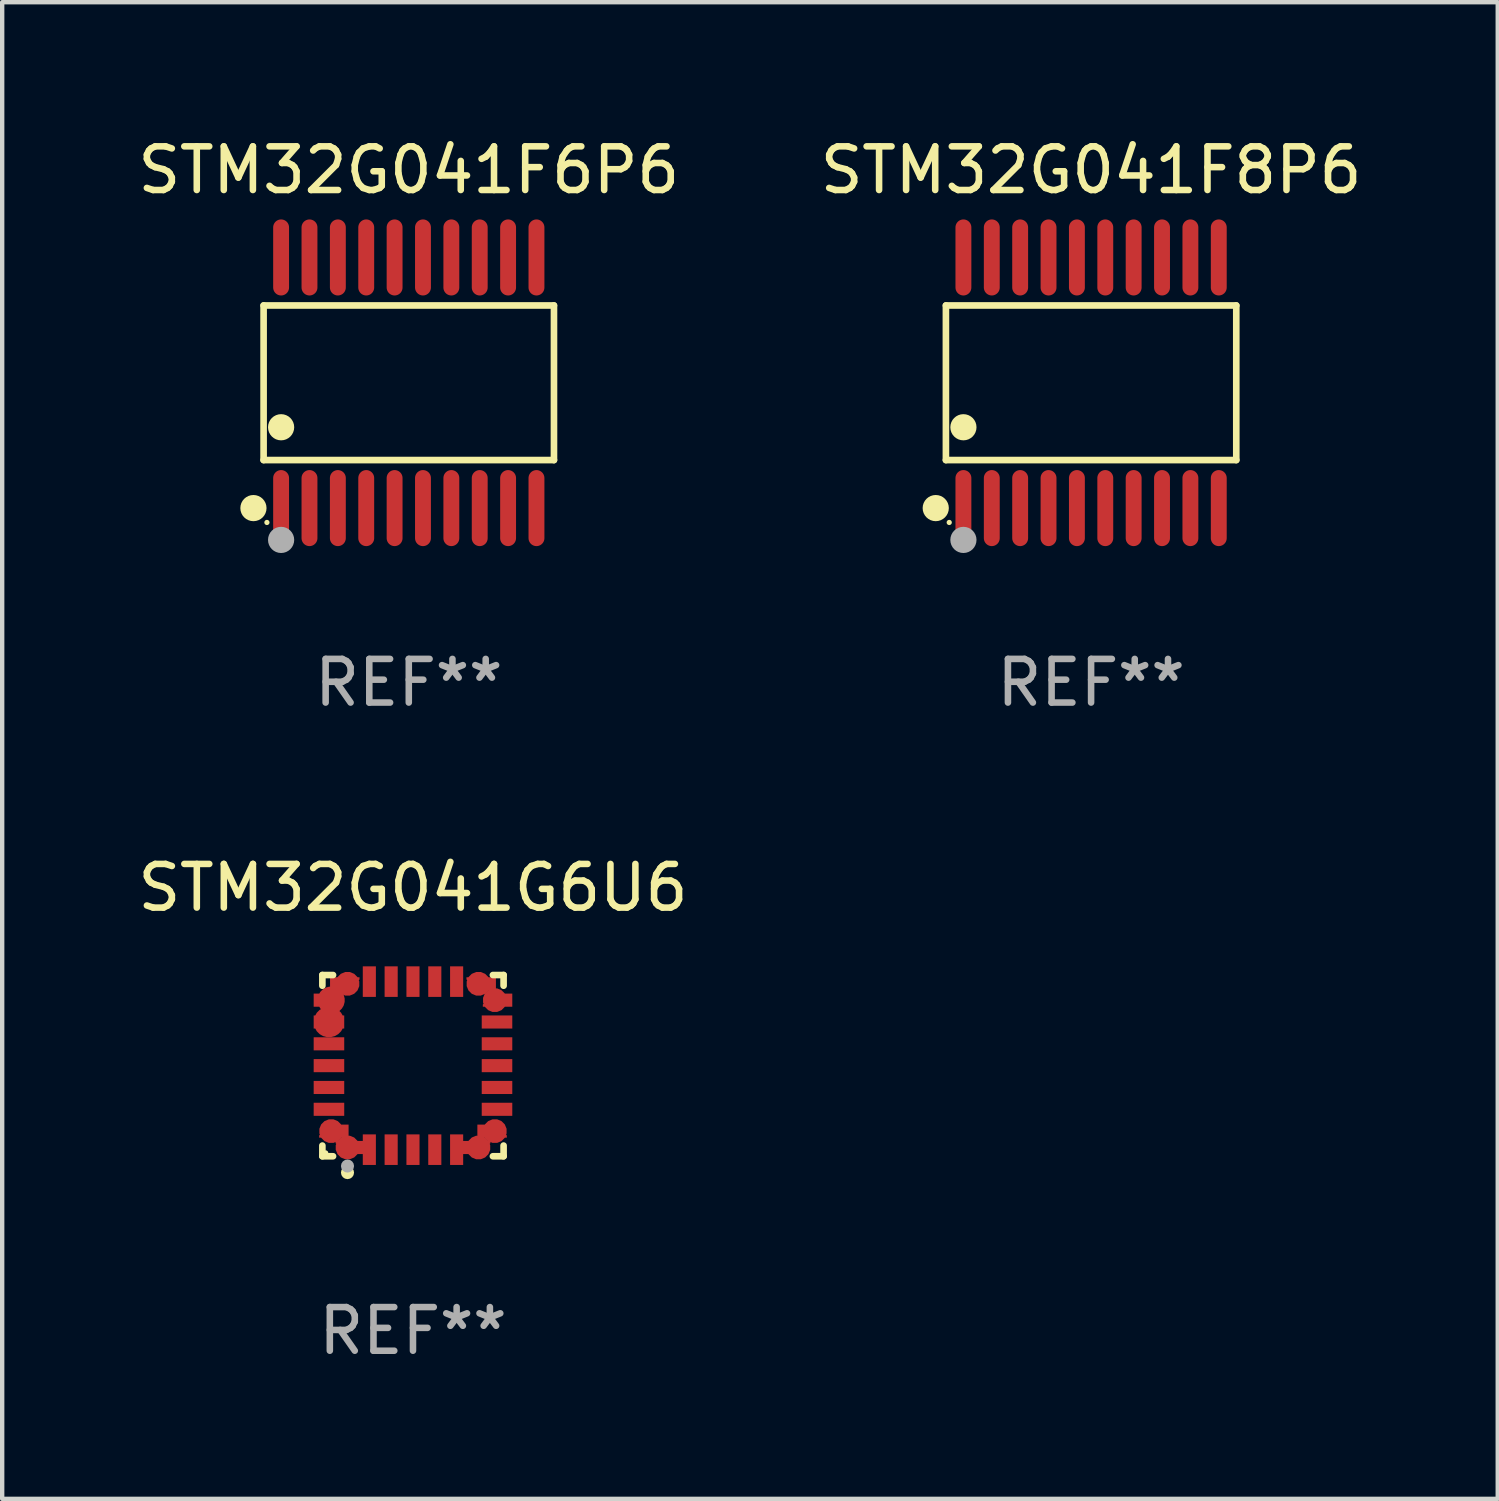
<source format=kicad_pcb>
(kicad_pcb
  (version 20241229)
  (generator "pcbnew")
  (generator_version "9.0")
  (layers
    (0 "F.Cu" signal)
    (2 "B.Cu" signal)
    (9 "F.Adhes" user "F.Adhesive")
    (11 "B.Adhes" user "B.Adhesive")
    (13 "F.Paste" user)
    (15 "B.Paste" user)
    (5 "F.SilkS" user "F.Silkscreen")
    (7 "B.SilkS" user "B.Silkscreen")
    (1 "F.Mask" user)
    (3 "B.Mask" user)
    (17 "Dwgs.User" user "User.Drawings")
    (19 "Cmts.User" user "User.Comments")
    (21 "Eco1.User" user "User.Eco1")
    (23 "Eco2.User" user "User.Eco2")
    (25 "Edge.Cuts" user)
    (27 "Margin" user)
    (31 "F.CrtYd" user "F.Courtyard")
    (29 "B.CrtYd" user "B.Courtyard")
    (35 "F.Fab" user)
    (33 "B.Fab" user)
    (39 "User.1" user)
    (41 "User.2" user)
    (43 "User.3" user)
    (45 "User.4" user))
  (footprint "STM32G041F6P6"
    (layer "F.Cu")
    (at 6.315 5.719)
    (property "Reference" "STM32G041F6P6" (at 0 -4.871 0) (layer "F.SilkS") (effects (font (size 1 1) (thickness 0.15))))
    (attr through_hole)
    (fp_line (start -3.326 -1.771) (end 3.326 -1.771) (stroke (width 0.152) (type solid)) (layer "F.SilkS"))
    (fp_line (start -3.326 1.771) (end -3.326 -1.771) (stroke (width 0.152) (type solid)) (layer "F.SilkS"))
    (fp_line (start 3.326 -1.771) (end 3.326 1.771) (stroke (width 0.152) (type solid)) (layer "F.SilkS"))
    (fp_line (start 3.326 1.771) (end -3.326 1.771) (stroke (width 0.152) (type solid)) (layer "F.SilkS"))
    (fp_circle (center -3.559 2.871) (end -3.409 2.871) (stroke (width 0.3) (type solid)) (fill no) (layer "F.SilkS"))
    (fp_circle (center -3.25 3.2) (end -3.22 3.2) (stroke (width 0.06) (type solid)) (fill no) (layer "F.SilkS"))
    (fp_circle (center -2.925 1.019) (end -2.775 1.019) (stroke (width 0.3) (type solid)) (fill no) (layer "F.SilkS"))
    (fp_circle (center -2.925 3.6) (end -2.775 3.6) (stroke (width 0.3) (type solid)) (fill no) (layer "F.Fab"))
    (fp_text user "REF**" (at 0 6.871 0) (layer "F.Fab") (effects (font (size 1 1) (thickness 0.15))))
    (pad "1" smd oval (at -2.925 2.871) (size 0.364 1.742) (layers "F.Cu" "F.Mask" "F.Paste"))
    (pad "2" smd oval (at -2.275 2.871) (size 0.364 1.742) (layers "F.Cu" "F.Mask" "F.Paste"))
    (pad "3" smd oval (at -1.625 2.871) (size 0.364 1.742) (layers "F.Cu" "F.Mask" "F.Paste"))
    (pad "4" smd oval (at -0.975 2.871) (size 0.364 1.742) (layers "F.Cu" "F.Mask" "F.Paste"))
    (pad "5" smd oval (at -0.325 2.871) (size 0.364 1.742) (layers "F.Cu" "F.Mask" "F.Paste"))
    (pad "6" smd oval (at 0.325 2.871) (size 0.364 1.742) (layers "F.Cu" "F.Mask" "F.Paste"))
    (pad "7" smd oval (at 0.975 2.871) (size 0.364 1.742) (layers "F.Cu" "F.Mask" "F.Paste"))
    (pad "8" smd oval (at 1.625 2.871) (size 0.364 1.742) (layers "F.Cu" "F.Mask" "F.Paste"))
    (pad "9" smd oval (at 2.275 2.871) (size 0.364 1.742) (layers "F.Cu" "F.Mask" "F.Paste"))
    (pad "10" smd oval (at 2.925 2.871) (size 0.364 1.742) (layers "F.Cu" "F.Mask" "F.Paste"))
    (pad "11" smd oval (at 2.925 -2.871) (size 0.364 1.742) (layers "F.Cu" "F.Mask" "F.Paste"))
    (pad "12" smd oval (at 2.275 -2.871) (size 0.364 1.742) (layers "F.Cu" "F.Mask" "F.Paste"))
    (pad "13" smd oval (at 1.625 -2.871) (size 0.364 1.742) (layers "F.Cu" "F.Mask" "F.Paste"))
    (pad "14" smd oval (at 0.975 -2.871) (size 0.364 1.742) (layers "F.Cu" "F.Mask" "F.Paste"))
    (pad "15" smd oval (at 0.325 -2.871) (size 0.364 1.742) (layers "F.Cu" "F.Mask" "F.Paste"))
    (pad "16" smd oval (at -0.325 -2.871) (size 0.364 1.742) (layers "F.Cu" "F.Mask" "F.Paste"))
    (pad "17" smd oval (at -0.975 -2.871) (size 0.364 1.742) (layers "F.Cu" "F.Mask" "F.Paste"))
    (pad "18" smd oval (at -1.625 -2.871) (size 0.364 1.742) (layers "F.Cu" "F.Mask" "F.Paste"))
    (pad "19" smd oval (at -2.275 -2.871) (size 0.364 1.742) (layers "F.Cu" "F.Mask" "F.Paste"))
    (pad "20" smd oval (at -2.925 -2.871) (size 0.364 1.742) (layers "F.Cu" "F.Mask" "F.Paste")))
  (footprint "STM32G041F8P6"
    (layer "F.Cu")
    (at 21.946 5.719)
    (property "Reference" "STM32G041F8P6" (at 0 -4.871 0) (layer "F.SilkS") (effects (font (size 1 1) (thickness 0.15))))
    (attr through_hole)
    (fp_line (start -3.326 -1.771) (end 3.326 -1.771) (stroke (width 0.152) (type solid)) (layer "F.SilkS"))
    (fp_line (start -3.326 1.771) (end -3.326 -1.771) (stroke (width 0.152) (type solid)) (layer "F.SilkS"))
    (fp_line (start 3.326 -1.771) (end 3.326 1.771) (stroke (width 0.152) (type solid)) (layer "F.SilkS"))
    (fp_line (start 3.326 1.771) (end -3.326 1.771) (stroke (width 0.152) (type solid)) (layer "F.SilkS"))
    (fp_circle (center -3.559 2.871) (end -3.409 2.871) (stroke (width 0.3) (type solid)) (fill no) (layer "F.SilkS"))
    (fp_circle (center -3.25 3.2) (end -3.22 3.2) (stroke (width 0.06) (type solid)) (fill no) (layer "F.SilkS"))
    (fp_circle (center -2.925 1.019) (end -2.775 1.019) (stroke (width 0.3) (type solid)) (fill no) (layer "F.SilkS"))
    (fp_circle (center -2.925 3.6) (end -2.775 3.6) (stroke (width 0.3) (type solid)) (fill no) (layer "F.Fab"))
    (fp_text user "REF**" (at 0 6.871 0) (layer "F.Fab") (effects (font (size 1 1) (thickness 0.15))))
    (pad "1" smd oval (at -2.925 2.871) (size 0.364 1.742) (layers "F.Cu" "F.Mask" "F.Paste"))
    (pad "2" smd oval (at -2.275 2.871) (size 0.364 1.742) (layers "F.Cu" "F.Mask" "F.Paste"))
    (pad "3" smd oval (at -1.625 2.871) (size 0.364 1.742) (layers "F.Cu" "F.Mask" "F.Paste"))
    (pad "4" smd oval (at -0.975 2.871) (size 0.364 1.742) (layers "F.Cu" "F.Mask" "F.Paste"))
    (pad "5" smd oval (at -0.325 2.871) (size 0.364 1.742) (layers "F.Cu" "F.Mask" "F.Paste"))
    (pad "6" smd oval (at 0.325 2.871) (size 0.364 1.742) (layers "F.Cu" "F.Mask" "F.Paste"))
    (pad "7" smd oval (at 0.975 2.871) (size 0.364 1.742) (layers "F.Cu" "F.Mask" "F.Paste"))
    (pad "8" smd oval (at 1.625 2.871) (size 0.364 1.742) (layers "F.Cu" "F.Mask" "F.Paste"))
    (pad "9" smd oval (at 2.275 2.871) (size 0.364 1.742) (layers "F.Cu" "F.Mask" "F.Paste"))
    (pad "10" smd oval (at 2.925 2.871) (size 0.364 1.742) (layers "F.Cu" "F.Mask" "F.Paste"))
    (pad "11" smd oval (at 2.925 -2.871) (size 0.364 1.742) (layers "F.Cu" "F.Mask" "F.Paste"))
    (pad "12" smd oval (at 2.275 -2.871) (size 0.364 1.742) (layers "F.Cu" "F.Mask" "F.Paste"))
    (pad "13" smd oval (at 1.625 -2.871) (size 0.364 1.742) (layers "F.Cu" "F.Mask" "F.Paste"))
    (pad "14" smd oval (at 0.975 -2.871) (size 0.364 1.742) (layers "F.Cu" "F.Mask" "F.Paste"))
    (pad "15" smd oval (at 0.325 -2.871) (size 0.364 1.742) (layers "F.Cu" "F.Mask" "F.Paste"))
    (pad "16" smd oval (at -0.325 -2.871) (size 0.364 1.742) (layers "F.Cu" "F.Mask" "F.Paste"))
    (pad "17" smd oval (at -0.975 -2.871) (size 0.364 1.742) (layers "F.Cu" "F.Mask" "F.Paste"))
    (pad "18" smd oval (at -1.625 -2.871) (size 0.364 1.742) (layers "F.Cu" "F.Mask" "F.Paste"))
    (pad "19" smd oval (at -2.275 -2.871) (size 0.364 1.742) (layers "F.Cu" "F.Mask" "F.Paste"))
    (pad "20" smd oval (at -2.925 -2.871) (size 0.364 1.742) (layers "F.Cu" "F.Mask" "F.Paste")))
  (footprint "STM32G041G6U6"
    (layer "F.Cu")
    (at 6.411 21.363)
    (property "Reference" "STM32G041G6U6" (at 0 -4.076 0) (layer "F.SilkS") (effects (font (size 1 1) (thickness 0.15))))
    (attr through_hole)
    (fp_line (start -2.076 -2.076) (end -1.831 -2.076) (stroke (width 0.152) (type solid)) (layer "F.SilkS"))
    (fp_line (start -2.076 -1.831) (end -2.076 -2.076) (stroke (width 0.152) (type solid)) (layer "F.SilkS"))
    (fp_line (start -2.076 1.831) (end -2.076 2.076) (stroke (width 0.152) (type solid)) (layer "F.SilkS"))
    (fp_line (start -2.076 2.076) (end -1.831 2.076) (stroke (width 0.152) (type solid)) (layer "F.SilkS"))
    (fp_line (start 2.076 -2.076) (end 1.831 -2.076) (stroke (width 0.152) (type solid)) (layer "F.SilkS"))
    (fp_line (start 2.076 -1.831) (end 2.076 -2.076) (stroke (width 0.152) (type solid)) (layer "F.SilkS"))
    (fp_line (start 2.076 1.831) (end 2.076 2.076) (stroke (width 0.152) (type solid)) (layer "F.SilkS"))
    (fp_line (start 2.076 2.076) (end 1.831 2.076) (stroke (width 0.152) (type solid)) (layer "F.SilkS"))
    (fp_circle (center -2 2) (end -1.97 2) (stroke (width 0.06) (type solid)) (fill no) (layer "F.SilkS"))
    (fp_circle (center -1.5 2.45) (end -1.425 2.45) (stroke (width 0.15) (type solid)) (fill no) (layer "F.SilkS"))
    (fp_circle (center -1.5 2.3) (end -1.425 2.3) (stroke (width 0.15) (type solid)) (fill no) (layer "F.Fab"))
    (fp_text user "REF**" (at 0 6.076 0) (layer "F.Fab") (effects (font (size 1 1) (thickness 0.15))))
    (pad "1" smd custom (at -1.5 1.875 90) (size 0.55 0.3) (layers "F.Cu" "F.Mask" "F.Paste") (options (anchor circle)) (primitives (gr_poly (pts (xy -0.15 -0.025) (xy -0.15 0.4) (xy 0.15 0.4) (xy 0.15 -0.275) (xy 0.1 -0.275)) (width 0) (fill yes))))
    (pad "2" smd rect (at -1 1.925) (size 0.3 0.7) (layers "F.Cu" "F.Mask" "F.Paste"))
    (pad "3" smd rect (at -0.5 1.925) (size 0.3 0.7) (layers "F.Cu" "F.Mask" "F.Paste"))
    (pad "4" smd rect (at 0 1.925) (size 0.3 0.7) (layers "F.Cu" "F.Mask" "F.Paste"))
    (pad "5" smd rect (at 0.5 1.925) (size 0.3 0.7) (layers "F.Cu" "F.Mask" "F.Paste"))
    (pad "6" smd rect (at 1 1.925) (size 0.3 0.7) (layers "F.Cu" "F.Mask" "F.Paste"))
    (pad "7" smd custom (at 1.5 1.875 270) (size 0.55 0.3) (layers "F.Cu" "F.Mask" "F.Paste") (options (anchor circle)) (primitives (gr_poly (pts (xy 0.15 -0.025) (xy 0.15 0.4) (xy -0.15 0.4) (xy -0.15 -0.275) (xy -0.1 -0.275)) (width 0) (fill yes))))
    (pad "8" smd custom (at 1.875 1.5 180) (size 0.55 0.3) (layers "F.Cu" "F.Mask" "F.Paste") (options (anchor circle)) (primitives (gr_poly (pts (xy -0.025 0.15) (xy 0.4 0.15) (xy 0.4 -0.15) (xy -0.275 -0.15) (xy -0.275 -0.1)) (width 0) (fill yes))))
    (pad "9" smd rect (at 1.925 1) (size 0.7 0.3) (layers "F.Cu" "F.Mask" "F.Paste"))
    (pad "10" smd rect (at 1.925 0.5) (size 0.7 0.3) (layers "F.Cu" "F.Mask" "F.Paste"))
    (pad "11" smd rect (at 1.925 0) (size 0.7 0.3) (layers "F.Cu" "F.Mask" "F.Paste"))
    (pad "12" smd rect (at 1.925 -0.5) (size 0.7 0.3) (layers "F.Cu" "F.Mask" "F.Paste"))
    (pad "13" smd rect (at 1.925 -1) (size 0.7 0.3) (layers "F.Cu" "F.Mask" "F.Paste"))
    (pad "14" smd custom (at 1.875 -1.5) (size 0.55 0.3) (layers "F.Cu" "F.Mask" "F.Paste") (options (anchor circle)) (primitives (gr_poly (pts (xy -0.025 -0.15) (xy 0.4 -0.15) (xy 0.4 0.15) (xy -0.275 0.15) (xy -0.275 0.1)) (width 0) (fill yes))))
    (pad "15" smd custom (at 1.5 -1.875 270) (size 0.55 0.3) (layers "F.Cu" "F.Mask" "F.Paste") (options (anchor circle)) (primitives (gr_poly (pts (xy 0.15 0.025) (xy 0.15 -0.4) (xy -0.15 -0.4) (xy -0.15 0.275) (xy -0.1 0.275)) (width 0) (fill yes))))
    (pad "16" smd rect (at 1 -1.925) (size 0.3 0.7) (layers "F.Cu" "F.Mask" "F.Paste"))
    (pad "17" smd rect (at 0.5 -1.925) (size 0.3 0.7) (layers "F.Cu" "F.Mask" "F.Paste"))
    (pad "18" smd rect (at 0 -1.925) (size 0.3 0.7) (layers "F.Cu" "F.Mask" "F.Paste"))
    (pad "19" smd rect (at -0.5 -1.925) (size 0.3 0.7) (layers "F.Cu" "F.Mask" "F.Paste"))
    (pad "20" smd rect (at -1 -1.925) (size 0.3 0.7) (layers "F.Cu" "F.Mask" "F.Paste"))
    (pad "21" smd custom (at -1.5 -1.875 90) (size 0.55 0.3) (layers "F.Cu" "F.Mask" "F.Paste") (options (anchor circle)) (primitives (gr_poly (pts (xy -0.15 0.025) (xy -0.15 -0.4) (xy 0.15 -0.4) (xy 0.15 0.275) (xy 0.1 0.275)) (width 0) (fill yes))))
    (pad "22" smd custom (at -1.875 -1.5) (size 0.625 0.3) (layers "F.Cu" "F.Mask" "F.Paste") (options (anchor circle)) (primitives (gr_poly (pts (xy 0.025 -0.15) (xy -0.4 -0.15) (xy -0.4 0.15) (xy 0.275 0.15) (xy 0.275 0.1)) (width 0) (fill yes))))
    (pad "23" smd custom (at -1.925 -1) (size 0.7 0.3) (layers "F.Cu" "F.Mask" "F.Paste") (options (anchor circle)) (primitives (gr_poly (pts (xy -0.35 -0.15) (xy 0.35 -0.15) (xy 0.35 0.15) (xy -0.35 0.15)) (width 0) (fill yes))))
    (pad "24" smd rect (at -1.925 -0.5) (size 0.7 0.3) (layers "F.Cu" "F.Mask" "F.Paste"))
    (pad "25" smd rect (at -1.925 0) (size 0.7 0.3) (layers "F.Cu" "F.Mask" "F.Paste"))
    (pad "26" smd rect (at -1.925 0.5) (size 0.7 0.3) (layers "F.Cu" "F.Mask" "F.Paste"))
    (pad "27" smd rect (at -1.925 1) (size 0.7 0.3) (layers "F.Cu" "F.Mask" "F.Paste"))
    (pad "28" smd custom (at -1.875 1.5 180) (size 0.55 0.3) (layers "F.Cu" "F.Mask" "F.Paste") (options (anchor circle)) (primitives (gr_poly (pts (xy 0.025 0.15) (xy -0.4 0.15) (xy -0.4 -0.15) (xy 0.275 -0.15) (xy 0.275 -0.1)) (width 0) (fill yes)))))
  (gr_rect
    (start -3 -3)
    (end 31.262 31.287)
    (stroke (width 0.1) (type default))
    (fill no)
    (layer "Edge.Cuts")))
</source>
